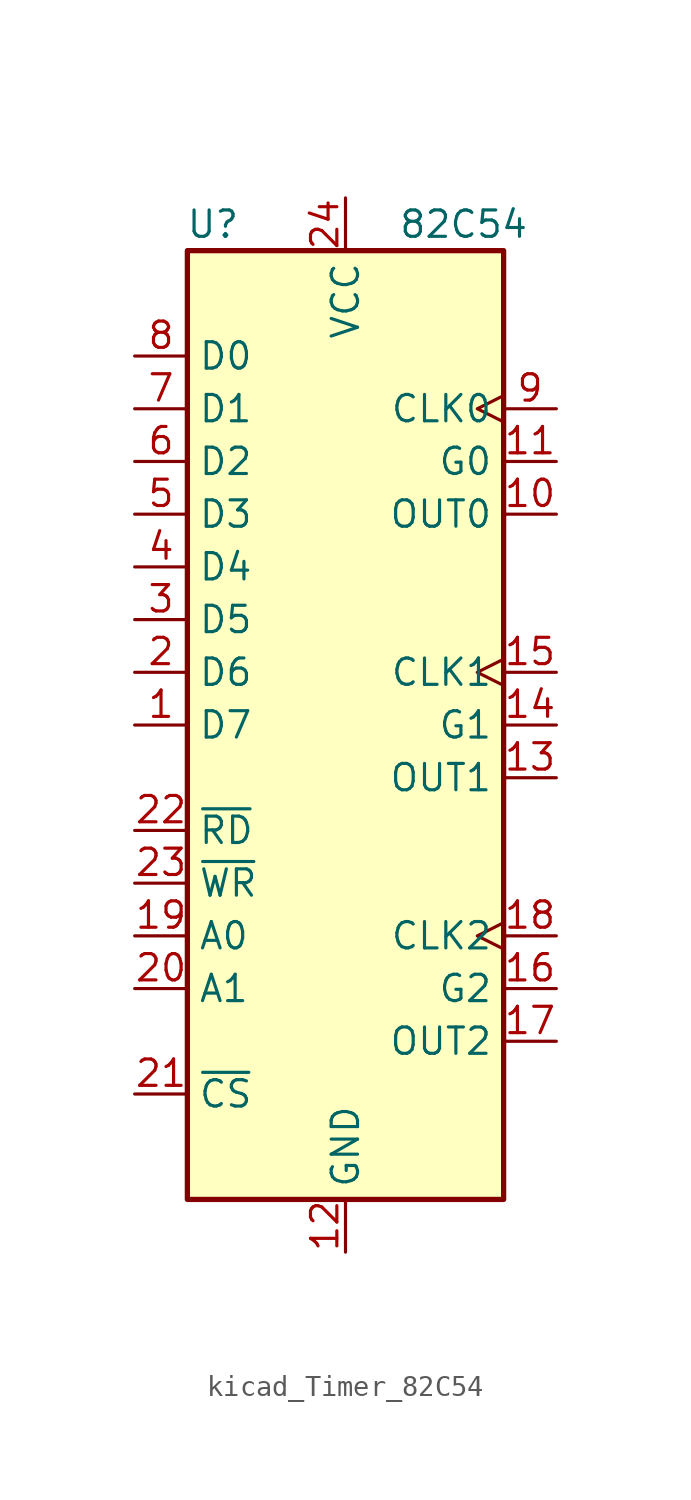
<source format=kicad_sym>
(kicad_symbol_lib
  (version 20220914)
  (generator kicad_symbol_editor)
  (symbol "kicad_Timer_82C54"
    (property "Reference" "U"
      (at -5.08 24.13 0)
      (effects (font (size 1.27 1.27)) (justify right)))
    (property "Value" "82C54"
      (at 2.54 24.13 0)
      (effects (font (size 1.27 1.27)) (justify left)))
    (symbol "kicad_Timer_82C54_0_1"
      (rectangle (start -7.62 -22.86) (end 7.62 22.86) (stroke (width 0.254) (type default)) (fill (type background))))
    (symbol "kicad_Timer_82C54_1_1"
      (pin bidirectional line (at -10.16 0 0) (length 2.54) (name "D7" (effects (font (size 1.27 1.27)))) (number "1" (effects (font (size 1.27 1.27)))))
      (pin output line (at 10.16 10.16 180) (length 2.54) (name "OUT0" (effects (font (size 1.27 1.27)))) (number "10" (effects (font (size 1.27 1.27)))))
      (pin input line (at 10.16 12.7 180) (length 2.54) (name "G0" (effects (font (size 1.27 1.27)))) (number "11" (effects (font (size 1.27 1.27)))))
      (pin power_in line (at 0 -25.4 90) (length 2.54) (name "GND" (effects (font (size 1.27 1.27)))) (number "12" (effects (font (size 1.27 1.27)))))
      (pin output line (at 10.16 -2.54 180) (length 2.54) (name "OUT1" (effects (font (size 1.27 1.27)))) (number "13" (effects (font (size 1.27 1.27)))))
      (pin input line (at 10.16 0 180) (length 2.54) (name "G1" (effects (font (size 1.27 1.27)))) (number "14" (effects (font (size 1.27 1.27)))))
      (pin input clock (at 10.16 2.54 180) (length 2.54) (name "CLK1" (effects (font (size 1.27 1.27)))) (number "15" (effects (font (size 1.27 1.27)))))
      (pin input line (at 10.16 -12.7 180) (length 2.54) (name "G2" (effects (font (size 1.27 1.27)))) (number "16" (effects (font (size 1.27 1.27)))))
      (pin output line (at 10.16 -15.24 180) (length 2.54) (name "OUT2" (effects (font (size 1.27 1.27)))) (number "17" (effects (font (size 1.27 1.27)))))
      (pin input clock (at 10.16 -10.16 180) (length 2.54) (name "CLK2" (effects (font (size 1.27 1.27)))) (number "18" (effects (font (size 1.27 1.27)))))
      (pin input line (at -10.16 -10.16 0) (length 2.54) (name "A0" (effects (font (size 1.27 1.27)))) (number "19" (effects (font (size 1.27 1.27)))))
      (pin bidirectional line (at -10.16 2.54 0) (length 2.54) (name "D6" (effects (font (size 1.27 1.27)))) (number "2" (effects (font (size 1.27 1.27)))))
      (pin input line (at -10.16 -12.7 0) (length 2.54) (name "A1" (effects (font (size 1.27 1.27)))) (number "20" (effects (font (size 1.27 1.27)))))
      (pin input line (at -10.16 -17.78 0) (length 2.54) (name "~{CS}" (effects (font (size 1.27 1.27)))) (number "21" (effects (font (size 1.27 1.27)))))
      (pin input line (at -10.16 -5.08 0) (length 2.54) (name "~{RD}" (effects (font (size 1.27 1.27)))) (number "22" (effects (font (size 1.27 1.27)))))
      (pin input line (at -10.16 -7.62 0) (length 2.54) (name "~{WR}" (effects (font (size 1.27 1.27)))) (number "23" (effects (font (size 1.27 1.27)))))
      (pin power_in line (at 0 25.4 270) (length 2.54) (name "VCC" (effects (font (size 1.27 1.27)))) (number "24" (effects (font (size 1.27 1.27)))))
      (pin bidirectional line (at -10.16 5.08 0) (length 2.54) (name "D5" (effects (font (size 1.27 1.27)))) (number "3" (effects (font (size 1.27 1.27)))))
      (pin bidirectional line (at -10.16 7.62 0) (length 2.54) (name "D4" (effects (font (size 1.27 1.27)))) (number "4" (effects (font (size 1.27 1.27)))))
      (pin bidirectional line (at -10.16 10.16 0) (length 2.54) (name "D3" (effects (font (size 1.27 1.27)))) (number "5" (effects (font (size 1.27 1.27)))))
      (pin bidirectional line (at -10.16 12.7 0) (length 2.54) (name "D2" (effects (font (size 1.27 1.27)))) (number "6" (effects (font (size 1.27 1.27)))))
      (pin bidirectional line (at -10.16 15.24 0) (length 2.54) (name "D1" (effects (font (size 1.27 1.27)))) (number "7" (effects (font (size 1.27 1.27)))))
      (pin bidirectional line (at -10.16 17.78 0) (length 2.54) (name "D0" (effects (font (size 1.27 1.27)))) (number "8" (effects (font (size 1.27 1.27)))))
      (pin input clock (at 10.16 15.24 180) (length 2.54) (name "CLK0" (effects (font (size 1.27 1.27)))) (number "9" (effects (font (size 1.27 1.27))))))))
</source>
